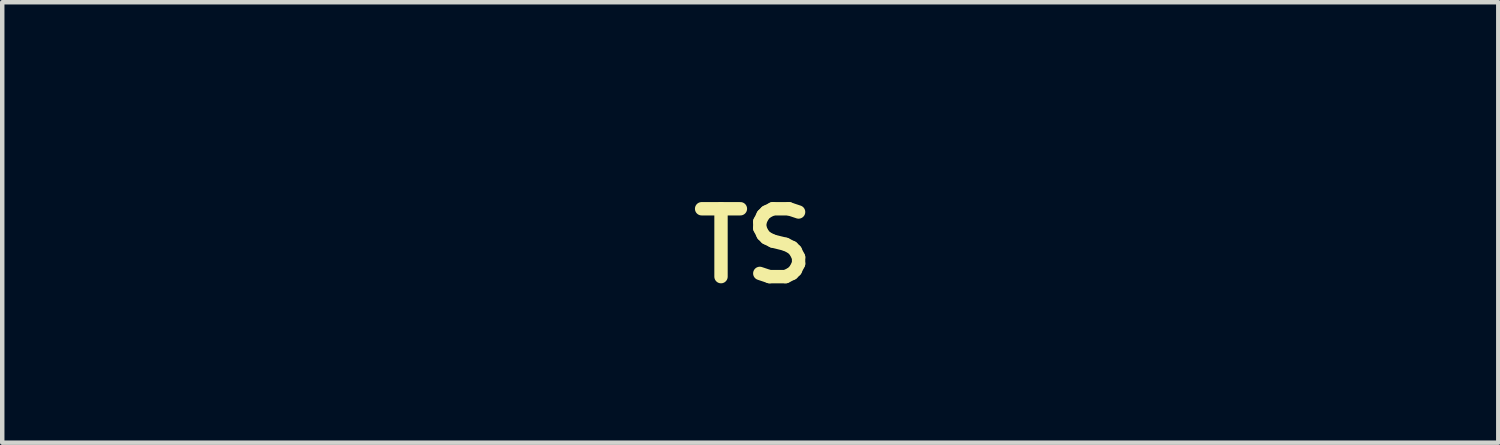
<source format=kicad_pcb>
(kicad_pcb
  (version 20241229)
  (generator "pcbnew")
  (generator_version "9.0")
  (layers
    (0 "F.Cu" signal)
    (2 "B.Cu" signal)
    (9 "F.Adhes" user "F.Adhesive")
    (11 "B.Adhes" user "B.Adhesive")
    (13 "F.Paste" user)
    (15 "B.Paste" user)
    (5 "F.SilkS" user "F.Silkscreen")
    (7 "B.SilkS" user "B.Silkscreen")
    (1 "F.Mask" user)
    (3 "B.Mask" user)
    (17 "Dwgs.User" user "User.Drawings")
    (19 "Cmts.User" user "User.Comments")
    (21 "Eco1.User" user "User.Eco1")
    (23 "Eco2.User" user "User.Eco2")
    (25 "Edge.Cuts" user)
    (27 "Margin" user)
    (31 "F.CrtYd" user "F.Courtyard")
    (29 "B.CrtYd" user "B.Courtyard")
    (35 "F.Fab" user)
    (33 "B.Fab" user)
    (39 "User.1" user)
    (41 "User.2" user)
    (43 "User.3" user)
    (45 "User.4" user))
  (footprint "TS"
    (layer "F.Cu")
    (at 13.865 2.472)
    (property "Reference" "TS" (at 0 0 0) (layer "F.SilkS") (effects (font (size 1.524 1.524) (thickness 0.3))))
    (attr through_hole)
    (fp_poly (pts (xy -11.528 -2.056) (xy -11.516 -1.89) (xy -12 -1.879) (xy -12.484 -1.868) (xy -12.494 -0.462) (xy -12.504 0.944) (xy -12.674 0.944) (xy -12.784 0.938) (xy -12.858 0.924) (xy -12.87 0.917) (xy -12.876 0.873) (xy -12.882 0.76) (xy -12.887 0.586) (xy -12.891 0.36) (xy -12.894 0.092) (xy -12.896 -0.209) (xy -12.897 -0.497) (xy -12.897 -1.885) (xy -13.378 -1.896) (xy -13.86 -1.907) (xy -13.86 -2.222) (xy -11.54 -2.222) (xy -11.528 -2.056)) (stroke (width 0.01) (type solid)) (fill yes) (layer "F.Mask"))
    (fp_poly (pts (xy -10.297 -1.408) (xy -10.203 -1.382) (xy -10.158 -1.324) (xy -10.149 -1.224) (xy -10.152 -1.176) (xy -10.167 -1.064) (xy -10.195 -1.018) (xy -10.223 -1.017) (xy -10.389 -1.052) (xy -10.507 -1.057) (xy -10.602 -1.024) (xy -10.701 -0.945) (xy -10.794 -0.853) (xy -11.008 -0.632) (xy -11.018 0.146) (xy -11.029 0.924) (xy -11.402 0.948) (xy -11.402 -1.375) (xy -11.307 -1.399) (xy -11.172 -1.412) (xy -11.088 -1.367) (xy -11.052 -1.261) (xy -11.049 -1.202) (xy -11.049 -1.034) (xy -10.858 -1.225) (xy -10.752 -1.326) (xy -10.673 -1.383) (xy -10.594 -1.409) (xy -10.487 -1.415) (xy -10.455 -1.415) (xy -10.297 -1.408)) (stroke (width 0.01) (type solid)) (fill yes) (layer "F.Mask"))
    (fp_poly (pts (xy 5.284 -1.409) (xy 5.511 -1.369) (xy 5.685 -1.279) (xy 5.822 -1.129) (xy 5.869 -1.048) (xy 5.897 -0.992) (xy 5.919 -0.934) (xy 5.934 -0.864) (xy 5.945 -0.77) (xy 5.952 -0.641) (xy 5.955 -0.465) (xy 5.957 -0.232) (xy 5.957 0.02) (xy 5.957 0.924) (xy 5.589 0.948) (xy 5.576 0.11) (xy 5.571 -0.177) (xy 5.565 -0.397) (xy 5.556 -0.561) (xy 5.545 -0.679) (xy 5.529 -0.764) (xy 5.508 -0.826) (xy 5.494 -0.855) (xy 5.392 -0.979) (xy 5.254 -1.067) (xy 5.112 -1.101) (xy 4.99 -1.073) (xy 4.843 -1) (xy 4.695 -0.896) (xy 4.611 -0.818) (xy 4.484 -0.686) (xy 4.473 0.119) (xy 4.463 0.924) (xy 4.089 0.948) (xy 4.089 -1.375) (xy 4.185 -1.399) (xy 4.321 -1.411) (xy 4.405 -1.366) (xy 4.441 -1.259) (xy 4.443 -1.213) (xy 4.443 -1.055) (xy 4.606 -1.195) (xy 4.785 -1.322) (xy 4.968 -1.392) (xy 5.183 -1.412) (xy 5.284 -1.409)) (stroke (width 0.01) (type solid)) (fill yes) (layer "F.Mask"))
    (fp_poly (pts (xy -3.009 -2.445) (xy -2.909 -2.4) (xy -2.919 -0.738) (xy -2.929 0.924) (xy -3.096 0.936) (xy -3.263 0.948) (xy -3.263 0.789) (xy -3.269 0.689) (xy -3.282 0.634) (xy -3.287 0.629) (xy -3.33 0.652) (xy -3.406 0.71) (xy -3.435 0.733) (xy -3.655 0.877) (xy -3.896 0.96) (xy -4.141 0.98) (xy -4.371 0.933) (xy -4.403 0.92) (xy -4.6 0.801) (xy -4.749 0.63) (xy -4.857 0.399) (xy -4.91 0.204) (xy -4.95 -0.106) (xy -4.947 -0.208) (xy -4.521 -0.208) (xy -4.504 0.068) (xy -4.453 0.282) (xy -4.364 0.445) (xy -4.266 0.544) (xy -4.131 0.607) (xy -3.964 0.63) (xy -3.798 0.609) (xy -3.695 0.564) (xy -3.603 0.495) (xy -3.496 0.403) (xy -3.47 0.38) (xy -3.342 0.26) (xy -3.342 -0.697) (xy -3.532 -0.875) (xy -3.724 -1.019) (xy -3.909 -1.089) (xy -4.082 -1.084) (xy -4.241 -1.004) (xy -4.298 -0.952) (xy -4.405 -0.812) (xy -4.475 -0.648) (xy -4.512 -0.443) (xy -4.521 -0.208) (xy -4.947 -0.208) (xy -4.941 -0.409) (xy -4.886 -0.693) (xy -4.79 -0.944) (xy -4.657 -1.151) (xy -4.49 -1.3) (xy -4.447 -1.324) (xy -4.306 -1.383) (xy -4.151 -1.41) (xy -4.008 -1.415) (xy -3.854 -1.411) (xy -3.743 -1.39) (xy -3.64 -1.343) (xy -3.544 -1.281) (xy -3.344 -1.147) (xy -3.322 -2.416) (xy -3.216 -2.454) (xy -3.075 -2.467) (xy -3.009 -2.445)) (stroke (width 0.01) (type solid)) (fill yes) (layer "F.Mask"))
    (fp_poly (pts (xy 2.685 -1.396) (xy 2.777 -1.375) (xy 3.014 -1.261) (xy 3.2 -1.088) (xy 3.335 -0.855) (xy 3.421 -0.562) (xy 3.425 -0.543) (xy 3.453 -0.21) (xy 3.418 0.1) (xy 3.323 0.378) (xy 3.173 0.616) (xy 2.97 0.804) (xy 2.851 0.876) (xy 2.696 0.929) (xy 2.495 0.963) (xy 2.277 0.975) (xy 2.073 0.964) (xy 1.917 0.929) (xy 1.668 0.798) (xy 1.476 0.614) (xy 1.344 0.38) (xy 1.295 0.218) (xy 1.267 0.016) (xy 1.262 -0.219) (xy 1.268 -0.31) (xy 1.673 -0.31) (xy 1.677 -0.077) (xy 1.713 0.147) (xy 1.78 0.339) (xy 1.875 0.48) (xy 1.886 0.49) (xy 1.98 0.552) (xy 2.113 0.611) (xy 2.245 0.654) (xy 2.32 0.666) (xy 2.395 0.657) (xy 2.504 0.633) (xy 2.525 0.627) (xy 2.725 0.535) (xy 2.875 0.383) (xy 2.973 0.173) (xy 3.02 -0.093) (xy 3.019 -0.335) (xy 2.976 -0.613) (xy 2.886 -0.828) (xy 2.75 -0.98) (xy 2.568 -1.068) (xy 2.342 -1.093) (xy 2.309 -1.091) (xy 2.109 -1.058) (xy 1.959 -0.981) (xy 1.839 -0.847) (xy 1.77 -0.725) (xy 1.704 -0.533) (xy 1.673 -0.31) (xy 1.268 -0.31) (xy 1.279 -0.457) (xy 1.314 -0.672) (xy 1.363 -0.826) (xy 1.489 -1.033) (xy 1.661 -1.214) (xy 1.823 -1.325) (xy 1.943 -1.365) (xy 2.116 -1.394) (xy 2.314 -1.409) (xy 2.513 -1.41) (xy 2.685 -1.396)) (stroke (width 0.01) (type solid)) (fill yes) (layer "F.Mask"))
    (fp_poly (pts (xy 7.674 -1.409) (xy 7.848 -1.399) (xy 7.969 -1.383) (xy 8.061 -1.352) (xy 8.15 -1.301) (xy 8.185 -1.278) (xy 8.36 -1.11) (xy 8.465 -0.943) (xy 8.526 -0.809) (xy 8.557 -0.693) (xy 8.566 -0.557) (xy 8.563 -0.452) (xy 8.552 -0.177) (xy 6.999 -0.156) (xy 6.999 0.002) (xy 7.031 0.23) (xy 7.124 0.414) (xy 7.271 0.549) (xy 7.466 0.633) (xy 7.701 0.663) (xy 7.972 0.635) (xy 8.145 0.59) (xy 8.308 0.541) (xy 8.41 0.519) (xy 8.465 0.527) (xy 8.488 0.566) (xy 8.493 0.639) (xy 8.493 0.648) (xy 8.478 0.754) (xy 8.422 0.818) (xy 8.385 0.84) (xy 8.181 0.914) (xy 7.932 0.961) (xy 7.667 0.977) (xy 7.415 0.962) (xy 7.243 0.925) (xy 7.004 0.813) (xy 6.816 0.641) (xy 6.68 0.413) (xy 6.598 0.128) (xy 6.574 -0.079) (xy 6.581 -0.433) (xy 6.988 -0.433) (xy 8.178 -0.433) (xy 8.178 -0.56) (xy 8.145 -0.735) (xy 8.057 -0.906) (xy 7.932 -1.038) (xy 7.794 -1.098) (xy 7.622 -1.121) (xy 7.448 -1.105) (xy 7.305 -1.05) (xy 7.287 -1.038) (xy 7.123 -0.878) (xy 7.031 -0.693) (xy 7.01 -0.596) (xy 6.988 -0.433) (xy 6.581 -0.433) (xy 6.581 -0.436) (xy 6.646 -0.742) (xy 6.768 -0.995) (xy 6.947 -1.195) (xy 7.121 -1.311) (xy 7.233 -1.365) (xy 7.329 -1.397) (xy 7.436 -1.411) (xy 7.58 -1.412) (xy 7.674 -1.409)) (stroke (width 0.01) (type solid)) (fill yes) (layer "F.Mask"))
    (fp_poly (pts (xy -8.762 -1.409) (xy -8.587 -1.399) (xy -8.467 -1.383) (xy -8.374 -1.352) (xy -8.285 -1.301) (xy -8.25 -1.278) (xy -8.075 -1.11) (xy -7.97 -0.943) (xy -7.909 -0.809) (xy -7.878 -0.693) (xy -7.87 -0.557) (xy -7.872 -0.452) (xy -7.883 -0.177) (xy -8.66 -0.166) (xy -9.437 -0.156) (xy -9.437 0.002) (xy -9.404 0.23) (xy -9.311 0.414) (xy -9.164 0.549) (xy -8.97 0.633) (xy -8.734 0.663) (xy -8.463 0.635) (xy -8.29 0.59) (xy -8.128 0.541) (xy -8.026 0.519) (xy -7.97 0.527) (xy -7.947 0.566) (xy -7.942 0.639) (xy -7.942 0.648) (xy -7.957 0.754) (xy -8.014 0.818) (xy -8.051 0.84) (xy -8.254 0.914) (xy -8.503 0.961) (xy -8.768 0.977) (xy -9.02 0.962) (xy -9.192 0.925) (xy -9.431 0.813) (xy -9.62 0.641) (xy -9.755 0.413) (xy -9.837 0.128) (xy -9.861 -0.079) (xy -9.854 -0.433) (xy -9.447 -0.433) (xy -8.257 -0.433) (xy -8.257 -0.56) (xy -8.29 -0.735) (xy -8.379 -0.906) (xy -8.504 -1.038) (xy -8.641 -1.098) (xy -8.813 -1.121) (xy -8.987 -1.105) (xy -9.131 -1.05) (xy -9.148 -1.038) (xy -9.312 -0.878) (xy -9.405 -0.693) (xy -9.425 -0.596) (xy -9.447 -0.433) (xy -9.854 -0.433) (xy -9.854 -0.436) (xy -9.79 -0.742) (xy -9.668 -0.995) (xy -9.489 -1.195) (xy -9.315 -1.311) (xy -9.202 -1.365) (xy -9.106 -1.397) (xy -9 -1.411) (xy -8.855 -1.412) (xy -8.762 -1.409)) (stroke (width 0.01) (type solid)) (fill yes) (layer "F.Mask"))
    (fp_poly (pts (xy 0.136 -1.99) (xy 0.186 -1.971) (xy 0.216 -1.935) (xy 0.233 -1.862) (xy 0.242 -1.735) (xy 0.244 -1.681) (xy 0.256 -1.396) (xy 0.562 -1.384) (xy 0.736 -1.373) (xy 0.843 -1.349) (xy 0.894 -1.305) (xy 0.902 -1.232) (xy 0.888 -1.16) (xy 0.872 -1.111) (xy 0.841 -1.082) (xy 0.778 -1.067) (xy 0.666 -1.062) (xy 0.55 -1.062) (xy 0.236 -1.062) (xy 0.236 -0.364) (xy 0.237 -0.101) (xy 0.241 0.095) (xy 0.249 0.238) (xy 0.263 0.342) (xy 0.282 0.418) (xy 0.305 0.472) (xy 0.345 0.546) (xy 0.388 0.587) (xy 0.456 0.605) (xy 0.571 0.609) (xy 0.629 0.609) (xy 0.767 0.611) (xy 0.845 0.622) (xy 0.881 0.647) (xy 0.895 0.695) (xy 0.896 0.708) (xy 0.889 0.823) (xy 0.829 0.901) (xy 0.708 0.948) (xy 0.548 0.97) (xy 0.377 0.974) (xy 0.253 0.955) (xy 0.159 0.917) (xy 0.068 0.863) (xy -0.002 0.803) (xy -0.055 0.725) (xy -0.093 0.619) (xy -0.118 0.475) (xy -0.135 0.282) (xy -0.145 0.03) (xy -0.15 -0.244) (xy -0.163 -1.058) (xy -0.347 -1.069) (xy -0.458 -1.08) (xy -0.512 -1.102) (xy -0.529 -1.155) (xy -0.531 -1.219) (xy -0.527 -1.302) (xy -0.502 -1.344) (xy -0.434 -1.362) (xy -0.344 -1.368) (xy -0.157 -1.38) (xy -0.157 -1.672) (xy -0.156 -1.822) (xy -0.147 -1.912) (xy -0.126 -1.959) (xy -0.087 -1.981) (xy -0.059 -1.989) (xy 0.059 -1.999) (xy 0.136 -1.99)) (stroke (width 0.01) (type solid)) (fill yes) (layer "F.Mask"))
    (fp_poly (pts (xy 10.609 -2.233) (xy 10.72 -2.216) (xy 10.757 -2.199) (xy 10.775 -2.171) (xy 10.788 -2.115) (xy 10.798 -2.022) (xy 10.805 -1.884) (xy 10.81 -1.692) (xy 10.812 -1.438) (xy 10.813 -1.137) (xy 10.813 -0.122) (xy 11.019 -0.11) (xy 11.226 -0.098) (xy 11.226 0.177) (xy 11.021 0.189) (xy 10.816 0.201) (xy 10.804 0.562) (xy 10.793 0.924) (xy 10.615 0.936) (xy 10.502 0.937) (xy 10.424 0.927) (xy 10.408 0.919) (xy 10.396 0.87) (xy 10.386 0.761) (xy 10.381 0.613) (xy 10.38 0.545) (xy 10.38 0.198) (xy 9.682 0.188) (xy 8.984 0.177) (xy 8.974 0.02) (xy 8.974 -0.031) (xy 8.985 -0.088) (xy 9.002 -0.137) (xy 9.358 -0.137) (xy 9.395 -0.13) (xy 9.496 -0.124) (xy 9.646 -0.12) (xy 9.831 -0.118) (xy 9.869 -0.118) (xy 10.38 -0.118) (xy 10.38 -0.99) (xy 10.38 -1.241) (xy 10.378 -1.462) (xy 10.375 -1.643) (xy 10.371 -1.772) (xy 10.367 -1.838) (xy 10.365 -1.845) (xy 10.339 -1.805) (xy 10.281 -1.709) (xy 10.196 -1.568) (xy 10.092 -1.395) (xy 9.976 -1.198) (xy 9.853 -0.991) (xy 9.731 -0.784) (xy 9.616 -0.588) (xy 9.515 -0.414) (xy 9.434 -0.274) (xy 9.379 -0.178) (xy 9.358 -0.138) (xy 9.358 -0.137) (xy 9.002 -0.137) (xy 9.009 -0.16) (xy 9.052 -0.254) (xy 9.118 -0.379) (xy 9.21 -0.544) (xy 9.333 -0.755) (xy 9.49 -1.021) (xy 9.584 -1.18) (xy 10.205 -2.222) (xy 10.453 -2.233) (xy 10.609 -2.233)) (stroke (width 0.01) (type solid)) (fill yes) (layer "F.Mask"))
    (fp_poly (pts (xy -1.281 -1.403) (xy -1.095 -1.366) (xy -0.974 -1.297) (xy -0.916 -1.195) (xy -0.911 -1.166) (xy -0.906 -1.039) (xy -0.935 -0.979) (xy -1.006 -0.981) (xy -1.1 -1.022) (xy -1.244 -1.079) (xy -1.397 -1.119) (xy -1.425 -1.123) (xy -1.596 -1.119) (xy -1.743 -1.068) (xy -1.852 -0.981) (xy -1.913 -0.87) (xy -1.913 -0.747) (xy -1.886 -0.682) (xy -1.855 -0.634) (xy -1.816 -0.592) (xy -1.756 -0.549) (xy -1.663 -0.497) (xy -1.526 -0.429) (xy -1.331 -0.337) (xy -1.292 -0.318) (xy -1.128 -0.239) (xy -1.019 -0.175) (xy -0.948 -0.115) (xy -0.898 -0.044) (xy -0.869 0.012) (xy -0.801 0.2) (xy -0.797 0.372) (xy -0.857 0.555) (xy -0.875 0.591) (xy -0.993 0.758) (xy -1.156 0.874) (xy -1.373 0.944) (xy -1.609 0.969) (xy -1.769 0.971) (xy -1.91 0.964) (xy -2.003 0.949) (xy -2.008 0.948) (xy -2.148 0.892) (xy -2.264 0.827) (xy -2.329 0.771) (xy -2.355 0.69) (xy -2.355 0.593) (xy -2.332 0.513) (xy -2.307 0.489) (xy -2.246 0.494) (xy -2.14 0.527) (xy -2.042 0.568) (xy -1.83 0.641) (xy -1.629 0.664) (xy -1.451 0.639) (xy -1.311 0.568) (xy -1.22 0.456) (xy -1.2 0.394) (xy -1.192 0.292) (xy -1.223 0.202) (xy -1.3 0.115) (xy -1.434 0.024) (xy -1.631 -0.081) (xy -1.709 -0.119) (xy -1.931 -0.233) (xy -2.089 -0.335) (xy -2.193 -0.437) (xy -2.252 -0.551) (xy -2.277 -0.69) (xy -2.28 -0.785) (xy -2.257 -0.99) (xy -2.178 -1.15) (xy -2.034 -1.285) (xy -2.014 -1.299) (xy -1.928 -1.349) (xy -1.834 -1.381) (xy -1.707 -1.398) (xy -1.536 -1.408) (xy -1.281 -1.403)) (stroke (width 0.01) (type solid)) (fill yes) (layer "F.Mask"))
    (fp_poly (pts (xy -6.136 -1.407) (xy -6.04 -1.389) (xy -5.952 -1.354) (xy -5.901 -1.328) (xy -5.729 -1.197) (xy -5.645 -1.08) (xy -5.619 -1.025) (xy -5.599 -0.966) (xy -5.585 -0.893) (xy -5.575 -0.792) (xy -5.569 -0.655) (xy -5.565 -0.469) (xy -5.564 -0.224) (xy -5.564 0) (xy -5.564 0.924) (xy -5.721 0.924) (xy -5.822 0.919) (xy -5.87 0.892) (xy -5.888 0.823) (xy -5.89 0.796) (xy -5.903 0.669) (xy -6.05 0.787) (xy -6.268 0.916) (xy -6.51 0.978) (xy -6.757 0.973) (xy -6.992 0.898) (xy -6.998 0.895) (xy -7.177 0.774) (xy -7.289 0.624) (xy -7.341 0.441) (xy -7.342 0.368) (xy -6.943 0.368) (xy -6.942 0.375) (xy -6.88 0.516) (xy -6.763 0.615) (xy -6.607 0.666) (xy -6.428 0.663) (xy -6.318 0.632) (xy -6.229 0.583) (xy -6.12 0.505) (xy -6.079 0.47) (xy -5.999 0.393) (xy -5.956 0.324) (xy -5.94 0.233) (xy -5.937 0.114) (xy -5.937 -0.118) (xy -6.262 -0.118) (xy -6.531 -0.098) (xy -6.735 -0.039) (xy -6.872 0.059) (xy -6.942 0.195) (xy -6.943 0.368) (xy -7.342 0.368) (xy -7.345 0.209) (xy -7.289 0.018) (xy -7.174 -0.137) (xy -7.043 -0.238) (xy -6.874 -0.314) (xy -6.655 -0.369) (xy -6.373 -0.406) (xy -6.281 -0.414) (xy -5.937 -0.44) (xy -5.937 -0.575) (xy -5.963 -0.751) (xy -6.03 -0.912) (xy -6.127 -1.029) (xy -6.138 -1.037) (xy -6.266 -1.087) (xy -6.441 -1.103) (xy -6.637 -1.086) (xy -6.832 -1.036) (xy -6.914 -1.002) (xy -7.067 -0.935) (xy -7.163 -0.908) (xy -7.213 -0.923) (xy -7.23 -0.982) (xy -7.227 -1.052) (xy -7.213 -1.141) (xy -7.175 -1.202) (xy -7.096 -1.257) (xy -7.018 -1.298) (xy -6.901 -1.348) (xy -6.779 -1.381) (xy -6.626 -1.399) (xy -6.448 -1.408) (xy -6.265 -1.412) (xy -6.136 -1.407)) (stroke (width 0.01) (type solid)) (fill yes) (layer "F.Mask"))
    (fp_poly (pts (xy 12.893 -2.256) (xy 13.031 -2.243) (xy 13.137 -2.217) (xy 13.233 -2.174) (xy 13.237 -2.172) (xy 13.429 -2.033) (xy 13.557 -1.859) (xy 13.621 -1.662) (xy 13.621 -1.453) (xy 13.556 -1.243) (xy 13.427 -1.043) (xy 13.248 -0.875) (xy 13.049 -0.727) (xy 13.139 -0.668) (xy 13.367 -0.508) (xy 13.53 -0.365) (xy 13.638 -0.227) (xy 13.699 -0.082) (xy 13.722 0.082) (xy 13.722 0.125) (xy 13.713 0.277) (xy 13.689 0.418) (xy 13.669 0.484) (xy 13.567 0.641) (xy 13.408 0.783) (xy 13.215 0.891) (xy 13.126 0.922) (xy 12.927 0.962) (xy 12.693 0.978) (xy 12.458 0.971) (xy 12.254 0.941) (xy 12.205 0.927) (xy 11.956 0.821) (xy 11.776 0.677) (xy 11.661 0.493) (xy 11.617 0.333) (xy 11.617 0.176) (xy 12.035 0.176) (xy 12.065 0.334) (xy 12.127 0.463) (xy 12.149 0.489) (xy 12.299 0.589) (xy 12.494 0.648) (xy 12.71 0.664) (xy 12.924 0.633) (xy 13.041 0.592) (xy 13.202 0.485) (xy 13.297 0.346) (xy 13.326 0.187) (xy 13.289 0.018) (xy 13.188 -0.15) (xy 13.022 -0.305) (xy 13.017 -0.308) (xy 12.859 -0.416) (xy 12.738 -0.475) (xy 12.637 -0.488) (xy 12.535 -0.459) (xy 12.448 -0.413) (xy 12.269 -0.285) (xy 12.132 -0.14) (xy 12.052 0.004) (xy 12.046 0.025) (xy 12.035 0.176) (xy 11.617 0.176) (xy 11.616 0.094) (xy 11.693 -0.129) (xy 11.845 -0.336) (xy 12.072 -0.525) (xy 12.112 -0.551) (xy 12.308 -0.677) (xy 12.095 -0.829) (xy 11.898 -1.003) (xy 11.777 -1.194) (xy 11.726 -1.408) (xy 11.728 -1.507) (xy 12.15 -1.507) (xy 12.169 -1.346) (xy 12.236 -1.213) (xy 12.361 -1.091) (xy 12.455 -1.024) (xy 12.59 -0.943) (xy 12.691 -0.912) (xy 12.787 -0.933) (xy 12.903 -1.003) (xy 12.929 -1.022) (xy 13.092 -1.171) (xy 13.182 -1.334) (xy 13.204 -1.522) (xy 13.2 -1.568) (xy 13.15 -1.74) (xy 13.044 -1.86) (xy 12.876 -1.933) (xy 12.795 -1.949) (xy 12.571 -1.955) (xy 12.387 -1.903) (xy 12.25 -1.8) (xy 12.169 -1.65) (xy 12.15 -1.507) (xy 11.728 -1.507) (xy 11.729 -1.56) (xy 11.782 -1.787) (xy 11.893 -1.969) (xy 12.071 -2.117) (xy 12.13 -2.152) (xy 12.232 -2.204) (xy 12.325 -2.236) (xy 12.434 -2.253) (xy 12.581 -2.259) (xy 12.7 -2.26) (xy 12.893 -2.256)) (stroke (width 0.01) (type solid)) (fill yes) (layer "F.Mask")))
  (gr_rect
    (start -3 -3)
    (end 30.592 6.89)
    (stroke (width 0.1) (type default))
    (fill no)
    (layer "Edge.Cuts")))
</source>
